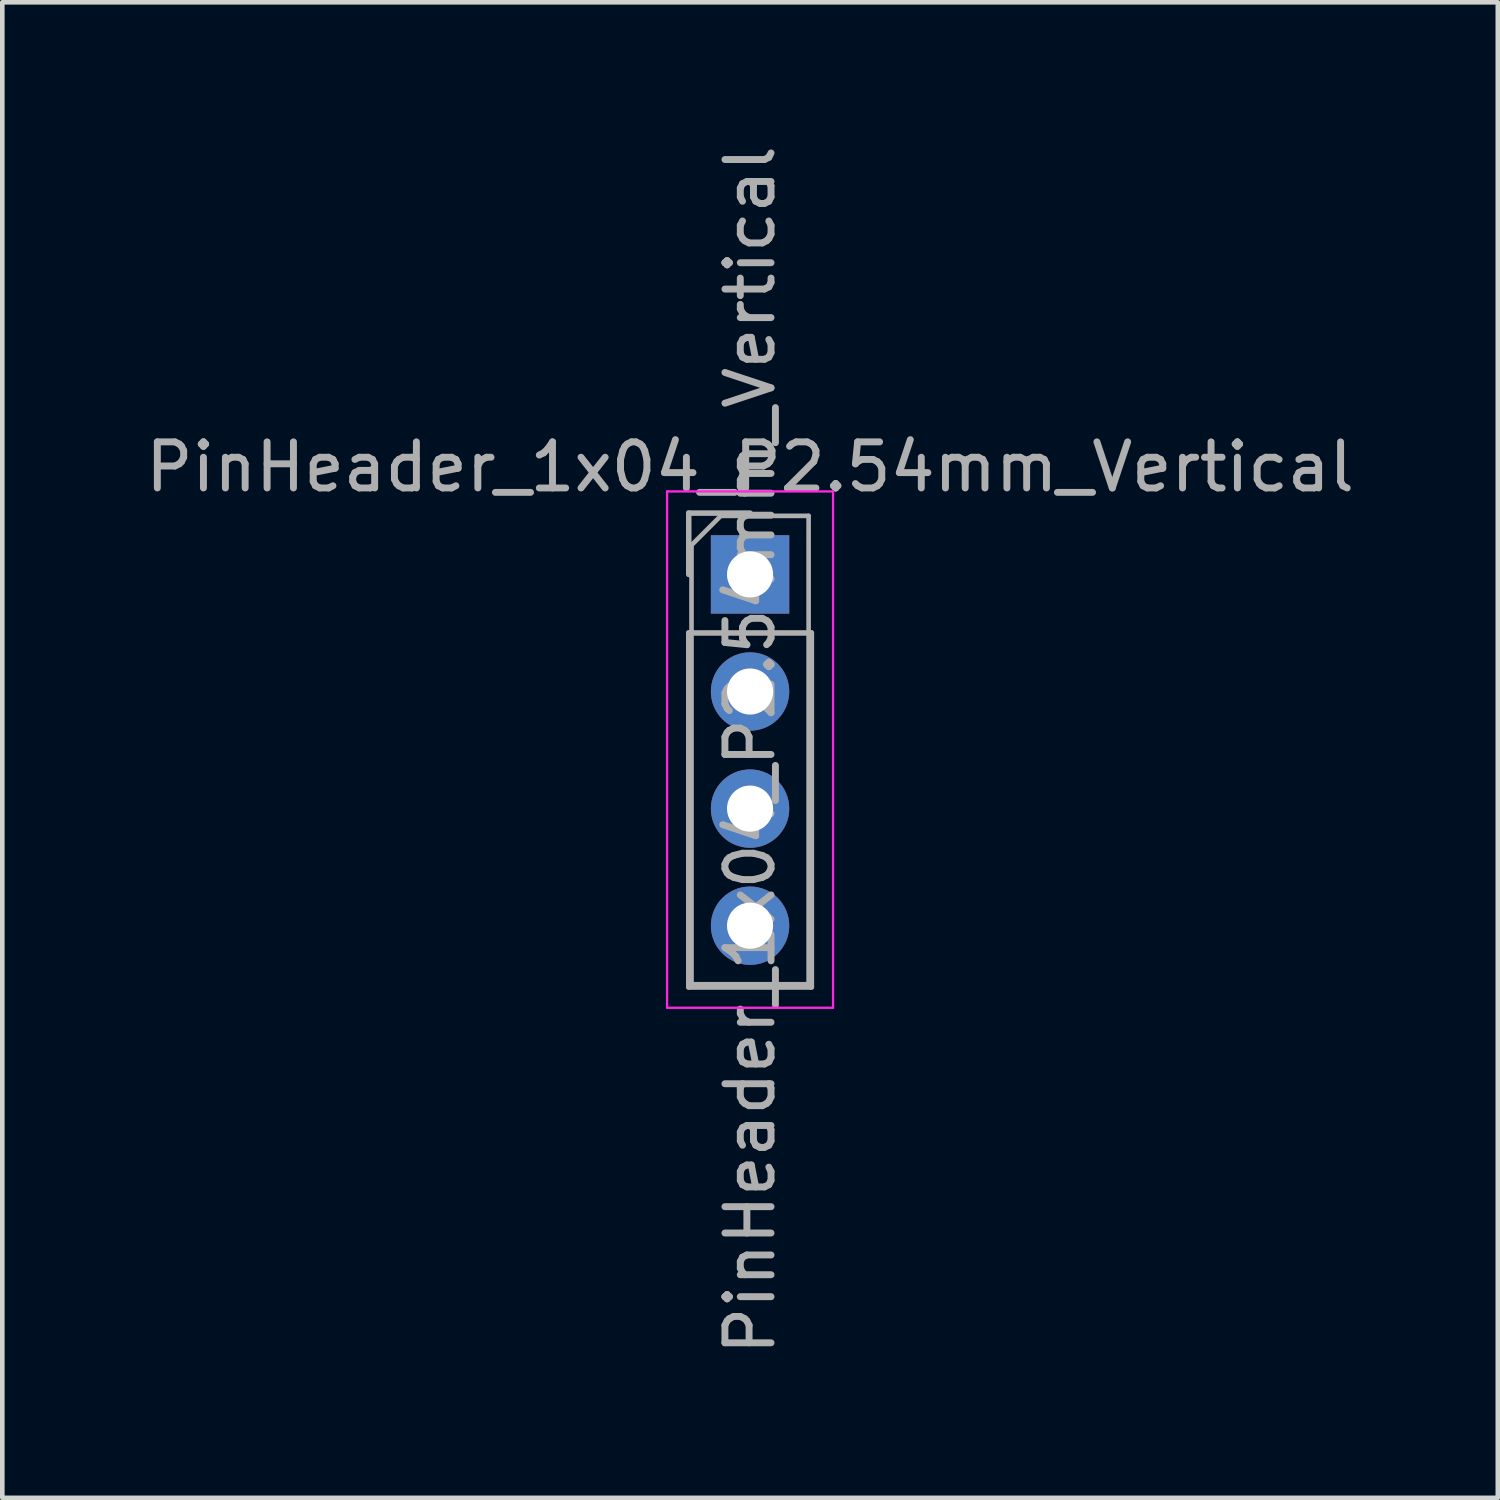
<source format=kicad_pcb>
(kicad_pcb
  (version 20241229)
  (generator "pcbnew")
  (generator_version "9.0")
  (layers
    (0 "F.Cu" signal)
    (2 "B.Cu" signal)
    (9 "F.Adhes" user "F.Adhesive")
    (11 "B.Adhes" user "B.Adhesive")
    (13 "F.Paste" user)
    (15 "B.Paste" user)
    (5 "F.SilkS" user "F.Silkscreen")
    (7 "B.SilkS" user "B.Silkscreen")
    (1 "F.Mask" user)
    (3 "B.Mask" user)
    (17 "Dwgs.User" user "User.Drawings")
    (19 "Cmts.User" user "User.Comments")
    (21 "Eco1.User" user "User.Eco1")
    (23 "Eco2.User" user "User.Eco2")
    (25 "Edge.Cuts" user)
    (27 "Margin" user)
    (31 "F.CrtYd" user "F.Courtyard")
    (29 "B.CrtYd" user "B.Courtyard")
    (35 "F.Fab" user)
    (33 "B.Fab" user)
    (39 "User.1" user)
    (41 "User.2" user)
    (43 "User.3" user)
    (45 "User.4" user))
  (footprint "PinHeader_1x04_P2.54mm_Vertical"
    (layer "F.Cu")
    (at 13.22 9.41)
    (property "Reference" "PinHeader_1x04_P2.54mm_Vertical" (at 0 -2.33 0) (layer "F.Fab") (effects (font (size 1 1) (thickness 0.15))))
    (attr through_hole)
    (fp_line (start -1.8 -1.8) (end -1.8 9.4) (stroke (width 0.05) (type solid)) (layer "F.CrtYd"))
    (fp_line (start -1.8 9.4) (end 1.8 9.4) (stroke (width 0.05) (type solid)) (layer "F.CrtYd"))
    (fp_line (start 1.8 -1.8) (end -1.8 -1.8) (stroke (width 0.05) (type solid)) (layer "F.CrtYd"))
    (fp_line (start 1.8 9.4) (end 1.8 -1.8) (stroke (width 0.05) (type solid)) (layer "F.CrtYd"))
    (fp_line (start -1.33 -1.33) (end 0 -1.33) (stroke (width 0.12) (type solid)) (layer "F.Fab"))
    (fp_line (start -1.33 0) (end -1.33 -1.33) (stroke (width 0.12) (type solid)) (layer "F.Fab"))
    (fp_line (start -1.33 1.27) (end -1.33 8.95) (stroke (width 0.12) (type solid)) (layer "F.Fab"))
    (fp_line (start -1.33 1.27) (end 1.33 1.27) (stroke (width 0.12) (type solid)) (layer "F.Fab"))
    (fp_line (start -1.33 8.95) (end 1.33 8.95) (stroke (width 0.12) (type solid)) (layer "F.Fab"))
    (fp_line (start -1.27 -0.635) (end -0.635 -1.27) (stroke (width 0.1) (type solid)) (layer "F.Fab"))
    (fp_line (start -1.27 8.89) (end -1.27 -0.635) (stroke (width 0.1) (type solid)) (layer "F.Fab"))
    (fp_line (start -0.635 -1.27) (end 1.27 -1.27) (stroke (width 0.1) (type solid)) (layer "F.Fab"))
    (fp_line (start 1.27 -1.27) (end 1.27 8.89) (stroke (width 0.1) (type solid)) (layer "F.Fab"))
    (fp_line (start 1.27 8.89) (end -1.27 8.89) (stroke (width 0.1) (type solid)) (layer "F.Fab"))
    (fp_line (start 1.33 1.27) (end 1.33 8.95) (stroke (width 0.12) (type solid)) (layer "F.Fab"))
    (fp_text user "${REFERENCE}" (at 0 3.81 90) (layer "F.Fab") (effects (font (size 1 1) (thickness 0.15))))
    (pad "1" thru_hole rect (at 0 0) (size 1.7 1.7) (drill 1) (layers "*.Cu" "*.Mask"))
    (pad "2" thru_hole oval (at 0 2.54) (size 1.7 1.7) (drill 1) (layers "*.Cu" "*.Mask"))
    (pad "3" thru_hole oval (at 0 5.08) (size 1.7 1.7) (drill 1) (layers "*.Cu" "*.Mask"))
    (pad "4" thru_hole oval (at 0 7.62) (size 1.7 1.7) (drill 1) (layers "*.Cu" "*.Mask")))
  (gr_rect
    (start -3 -3)
    (end 29.44 29.44)
    (stroke (width 0.1) (type default))
    (fill no)
    (layer "Edge.Cuts")))
</source>
